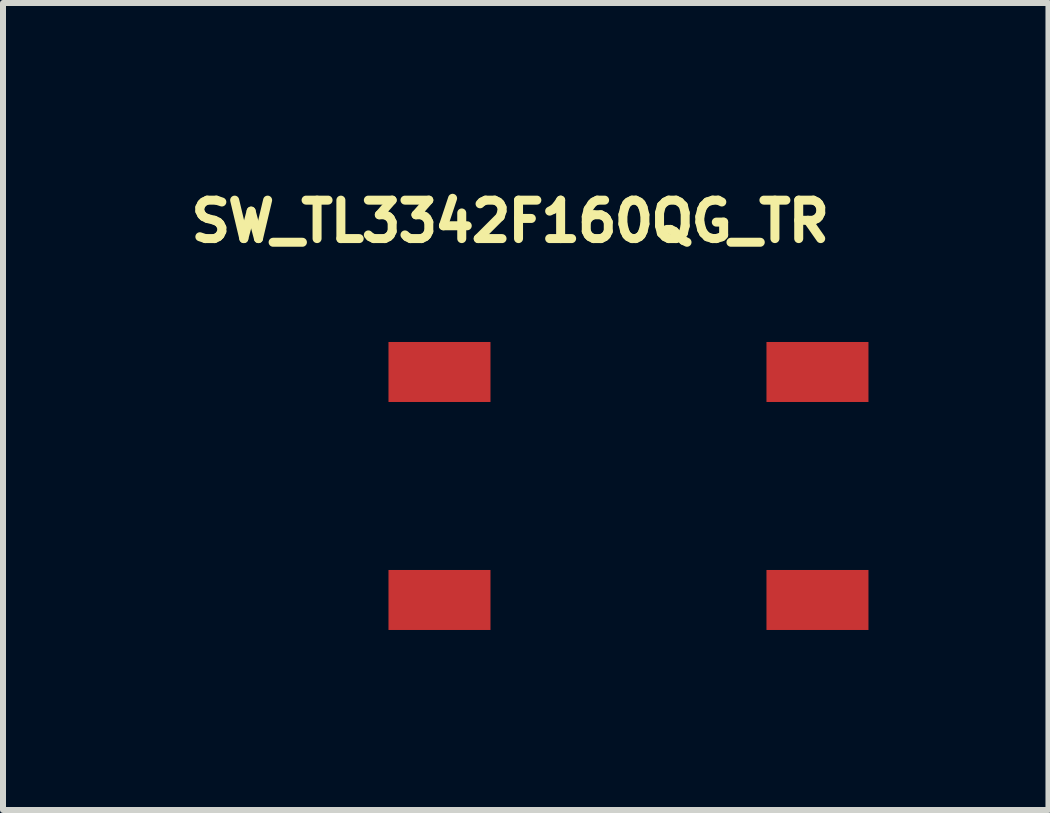
<source format=kicad_pcb>
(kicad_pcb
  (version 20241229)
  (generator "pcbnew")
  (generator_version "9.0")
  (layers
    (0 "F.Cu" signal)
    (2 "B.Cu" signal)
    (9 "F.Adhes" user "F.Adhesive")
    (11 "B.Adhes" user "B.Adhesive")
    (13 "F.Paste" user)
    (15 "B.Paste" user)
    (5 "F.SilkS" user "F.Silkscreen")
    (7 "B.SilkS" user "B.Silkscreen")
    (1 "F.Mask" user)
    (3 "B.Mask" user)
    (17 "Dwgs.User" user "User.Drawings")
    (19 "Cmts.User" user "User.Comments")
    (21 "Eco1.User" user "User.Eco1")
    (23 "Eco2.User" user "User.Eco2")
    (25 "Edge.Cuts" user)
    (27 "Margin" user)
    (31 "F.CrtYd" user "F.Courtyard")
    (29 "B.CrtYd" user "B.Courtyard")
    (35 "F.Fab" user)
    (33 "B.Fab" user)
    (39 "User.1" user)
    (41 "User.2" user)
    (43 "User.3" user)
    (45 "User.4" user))
  (footprint "SW_TL3342F160QG_TR"
    (layer "F.Cu")
    (at 7.425 5.05)
    (property "Reference" "SW_TL3342F160QG_TR" (at -1.97 -4.412 0) (layer "F.SilkS") (effects (font (size 0.641 0.641) (thickness 0.15))))
    (attr smd)
    (pad "1" smd rect (at -3.15 1.9) (size 1.7 1) (layers "F.Cu" "F.Mask" "F.Paste"))
    (pad "2" smd rect (at 3.15 1.9) (size 1.7 1) (layers "F.Cu" "F.Mask" "F.Paste"))
    (pad "3" smd rect (at -3.15 -1.9) (size 1.7 1) (layers "F.Cu" "F.Mask" "F.Paste"))
    (pad "4" smd rect (at 3.15 -1.9) (size 1.7 1) (layers "F.Cu" "F.Mask" "F.Paste")))
  (gr_rect
    (start -3 -3)
    (end 14.425 10.45)
    (stroke (width 0.1) (type default))
    (fill no)
    (layer "Edge.Cuts")))
</source>
